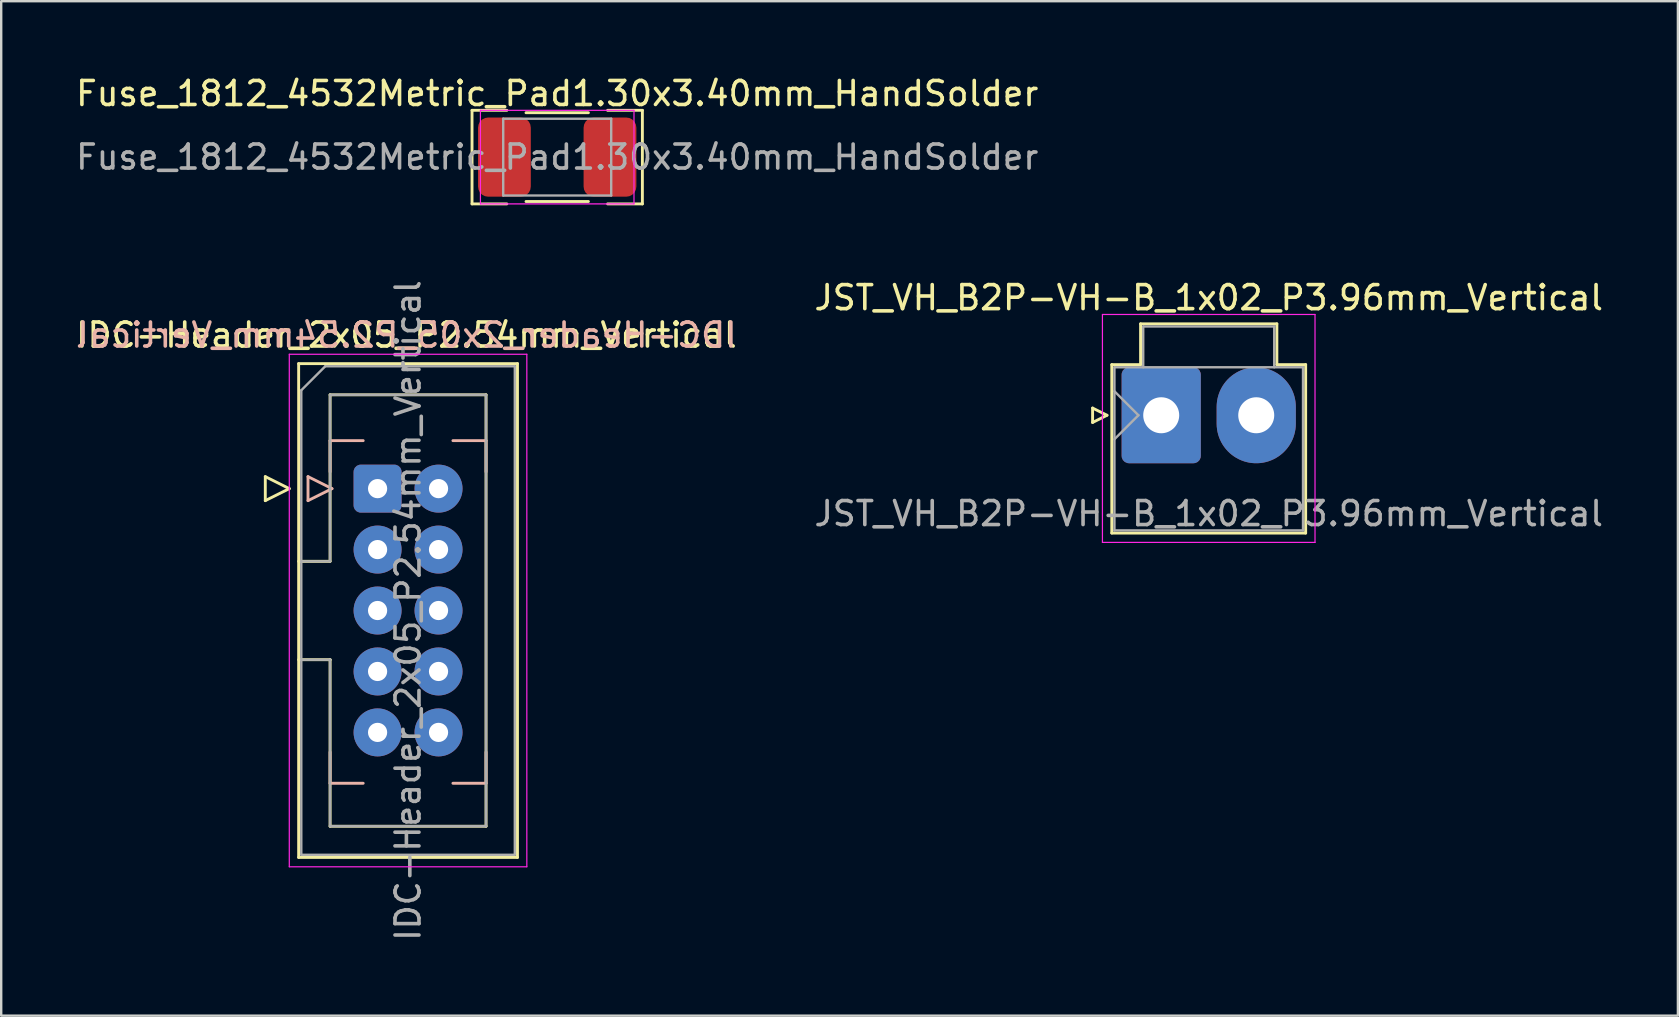
<source format=kicad_pcb>
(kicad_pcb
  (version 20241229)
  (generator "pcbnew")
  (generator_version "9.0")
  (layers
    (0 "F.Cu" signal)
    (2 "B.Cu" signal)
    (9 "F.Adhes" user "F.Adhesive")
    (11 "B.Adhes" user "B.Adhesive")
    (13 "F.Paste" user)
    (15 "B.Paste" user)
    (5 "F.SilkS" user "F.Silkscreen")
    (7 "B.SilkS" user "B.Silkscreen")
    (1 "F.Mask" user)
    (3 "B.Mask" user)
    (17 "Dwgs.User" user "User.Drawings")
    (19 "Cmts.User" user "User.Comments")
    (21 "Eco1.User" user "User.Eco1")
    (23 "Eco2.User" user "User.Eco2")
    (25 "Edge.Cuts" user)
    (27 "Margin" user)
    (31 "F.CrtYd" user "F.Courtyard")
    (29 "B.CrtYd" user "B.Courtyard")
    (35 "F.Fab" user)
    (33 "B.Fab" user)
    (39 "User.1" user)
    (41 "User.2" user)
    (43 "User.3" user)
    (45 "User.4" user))
  (footprint "Fuse_1812_4532Metric_Pad1.30x3.40mm_HandSolder"
    (layer "F.Cu")
    (at 20.173 3.498)
    (property "Reference" "Fuse_1812_4532Metric_Pad1.30x3.40mm_HandSolder" (at 0 -2.65 0) (layer "F.SilkS") (effects (font (size 1 1) (thickness 0.15))))
    (attr smd)
    (fp_line (start -3.55 -1.95) (end -3.55 1.95) (stroke (width 0.12) (type solid)) (layer "F.SilkS"))
    (fp_line (start -3.55 1.95) (end -2.1 1.95) (stroke (width 0.12) (type solid)) (layer "F.SilkS"))
    (fp_line (start -2.1 -1.95) (end -3.55 -1.95) (stroke (width 0.12) (type solid)) (layer "F.SilkS"))
    (fp_line (start -1.3 -1.85) (end 1.3 -1.85) (stroke (width 0.12) (type solid)) (layer "F.SilkS"))
    (fp_line (start -1.3 1.85) (end 1.3 1.85) (stroke (width 0.12) (type solid)) (layer "F.SilkS"))
    (fp_line (start 2.1 1.95) (end 3.55 1.95) (stroke (width 0.12) (type solid)) (layer "F.SilkS"))
    (fp_line (start 3.55 -1.95) (end 2.1 -1.95) (stroke (width 0.12) (type solid)) (layer "F.SilkS"))
    (fp_line (start 3.55 -1.95) (end 3.55 1.95) (stroke (width 0.12) (type solid)) (layer "F.SilkS"))
    (fp_line (start -3.2 -1.95) (end 3.2 -1.95) (stroke (width 0.05) (type solid)) (layer "F.CrtYd"))
    (fp_line (start -3.2 1.95) (end -3.2 -1.95) (stroke (width 0.05) (type solid)) (layer "F.CrtYd"))
    (fp_line (start 3.2 -1.95) (end 3.2 1.95) (stroke (width 0.05) (type solid)) (layer "F.CrtYd"))
    (fp_line (start 3.2 1.95) (end -3.2 1.95) (stroke (width 0.05) (type solid)) (layer "F.CrtYd"))
    (fp_line (start -2.25 -1.6) (end 2.25 -1.6) (stroke (width 0.1) (type solid)) (layer "F.Fab"))
    (fp_line (start -2.25 1.6) (end -2.25 -1.6) (stroke (width 0.1) (type solid)) (layer "F.Fab"))
    (fp_line (start 2.25 -1.6) (end 2.25 1.6) (stroke (width 0.1) (type solid)) (layer "F.Fab"))
    (fp_line (start 2.25 1.6) (end -2.25 1.6) (stroke (width 0.1) (type solid)) (layer "F.Fab"))
    (fp_text user "${REFERENCE}" (at 0 0 0) (layer "F.Fab") (effects (font (size 1 1) (thickness 0.15))))
    (pad "1" smd roundrect (at -2.2 0) (size 2.2 3.3) (layers "F.Cu" "F.Mask" "F.Paste") (roundrect_rratio 0.192))
    (pad "2" smd roundrect (at 2.2 0) (size 2.2 3.3) (layers "F.Cu" "F.Mask" "F.Paste") (roundrect_rratio 0.192)))
  (footprint "IDC-Header_2x05_P2.54mm_Vertical"
    (layer "F.Cu")
    (at 12.687 17.315)
    (property "Reference" "IDC-Header_2x05_P2.54mm_Vertical" (at 1.2 -6.4 0) (layer "F.SilkS") (effects (font (size 1 1) (thickness 0.15))))
    (attr through_hole)
    (fp_line (start -4.68 -0.5) (end -4.68 0.5) (stroke (width 0.12) (type solid)) (layer "F.SilkS"))
    (fp_line (start -4.68 0.5) (end -3.68 0) (stroke (width 0.12) (type solid)) (layer "F.SilkS"))
    (fp_line (start -3.68 0) (end -4.68 -0.5) (stroke (width 0.12) (type solid)) (layer "F.SilkS"))
    (fp_line (start -3.29 -5.21) (end 5.83 -5.21) (stroke (width 0.12) (type solid)) (layer "F.SilkS"))
    (fp_line (start -3.29 3.03) (end -1.98 3.03) (stroke (width 0.12) (type solid)) (layer "F.SilkS"))
    (fp_line (start -3.29 15.37) (end -3.29 -5.21) (stroke (width 0.12) (type solid)) (layer "F.SilkS"))
    (fp_line (start -1.98 -3.91) (end 4.52 -3.91) (stroke (width 0.12) (type solid)) (layer "F.SilkS"))
    (fp_line (start -1.98 3.03) (end -1.98 -3.91) (stroke (width 0.12) (type solid)) (layer "F.SilkS"))
    (fp_line (start -1.98 7.13) (end -3.29 7.13) (stroke (width 0.12) (type solid)) (layer "F.SilkS"))
    (fp_line (start -1.98 7.13) (end -1.98 7.13) (stroke (width 0.12) (type solid)) (layer "F.SilkS"))
    (fp_line (start -1.98 14.07) (end -1.98 7.13) (stroke (width 0.12) (type solid)) (layer "F.SilkS"))
    (fp_line (start 4.52 -3.91) (end 4.52 14.07) (stroke (width 0.12) (type solid)) (layer "F.SilkS"))
    (fp_line (start 4.52 14.07) (end -1.98 14.07) (stroke (width 0.12) (type solid)) (layer "F.SilkS"))
    (fp_line (start 5.83 -5.21) (end 5.83 15.37) (stroke (width 0.12) (type solid)) (layer "F.SilkS"))
    (fp_line (start 5.83 15.37) (end -3.29 15.37) (stroke (width 0.12) (type solid)) (layer "F.SilkS"))
    (fp_line (start -2.9 -0.5) (end -1.9 0) (stroke (width 0.12) (type solid)) (layer "B.SilkS"))
    (fp_line (start -2.9 0.5) (end -2.9 -0.5) (stroke (width 0.12) (type solid)) (layer "B.SilkS"))
    (fp_line (start -1.98 -2) (end -1.98 -0.7) (stroke (width 0.12) (type solid)) (layer "B.SilkS"))
    (fp_line (start -1.98 -2) (end -0.6 -2) (stroke (width 0.12) (type solid)) (layer "B.SilkS"))
    (fp_line (start -1.98 12.28) (end -1.98 10.98) (stroke (width 0.12) (type solid)) (layer "B.SilkS"))
    (fp_line (start -1.98 12.28) (end -0.6 12.28) (stroke (width 0.12) (type solid)) (layer "B.SilkS"))
    (fp_line (start -1.9 0) (end -2.9 0.5) (stroke (width 0.12) (type solid)) (layer "B.SilkS"))
    (fp_line (start 3.14 -2) (end 4.52 -2) (stroke (width 0.12) (type solid)) (layer "B.SilkS"))
    (fp_line (start 3.14 12.28) (end 4.52 12.28) (stroke (width 0.12) (type solid)) (layer "B.SilkS"))
    (fp_line (start 4.52 -2) (end 4.52 -0.7) (stroke (width 0.12) (type solid)) (layer "B.SilkS"))
    (fp_line (start 4.52 12.28) (end 4.52 10.98) (stroke (width 0.12) (type solid)) (layer "B.SilkS"))
    (fp_line (start -3.68 -5.6) (end -3.68 15.76) (stroke (width 0.05) (type solid)) (layer "F.CrtYd"))
    (fp_line (start -3.68 15.76) (end 6.22 15.76) (stroke (width 0.05) (type solid)) (layer "F.CrtYd"))
    (fp_line (start 6.22 -5.6) (end -3.68 -5.6) (stroke (width 0.05) (type solid)) (layer "F.CrtYd"))
    (fp_line (start 6.22 15.76) (end 6.22 -5.6) (stroke (width 0.05) (type solid)) (layer "F.CrtYd"))
    (fp_line (start -3.18 -4.1) (end -2.18 -5.1) (stroke (width 0.1) (type solid)) (layer "F.Fab"))
    (fp_line (start -3.18 3.03) (end -1.98 3.03) (stroke (width 0.1) (type solid)) (layer "F.Fab"))
    (fp_line (start -3.18 15.26) (end -3.18 -4.1) (stroke (width 0.1) (type solid)) (layer "F.Fab"))
    (fp_line (start -2.18 -5.1) (end 5.72 -5.1) (stroke (width 0.1) (type solid)) (layer "F.Fab"))
    (fp_line (start -1.98 -3.91) (end 4.52 -3.91) (stroke (width 0.1) (type solid)) (layer "F.Fab"))
    (fp_line (start -1.98 3.03) (end -1.98 -3.91) (stroke (width 0.1) (type solid)) (layer "F.Fab"))
    (fp_line (start -1.98 7.13) (end -3.18 7.13) (stroke (width 0.1) (type solid)) (layer "F.Fab"))
    (fp_line (start -1.98 7.13) (end -1.98 7.13) (stroke (width 0.1) (type solid)) (layer "F.Fab"))
    (fp_line (start -1.98 14.07) (end -1.98 7.13) (stroke (width 0.1) (type solid)) (layer "F.Fab"))
    (fp_line (start 4.52 -3.91) (end 4.52 14.07) (stroke (width 0.1) (type solid)) (layer "F.Fab"))
    (fp_line (start 4.52 14.07) (end -1.98 14.07) (stroke (width 0.1) (type solid)) (layer "F.Fab"))
    (fp_line (start 5.72 -5.1) (end 5.72 15.26) (stroke (width 0.1) (type solid)) (layer "F.Fab"))
    (fp_line (start 5.72 15.26) (end -3.18 15.26) (stroke (width 0.1) (type solid)) (layer "F.Fab"))
    (fp_text user "${REFERENCE}" (at 1.2 -6.4 0) (layer "B.SilkS") (effects (font (size 1 1) (thickness 0.15)) (justify mirror)))
    (fp_text user "${REFERENCE}" (at 1.27 5.08 90) (layer "F.Fab") (effects (font (size 1 1) (thickness 0.15))))
    (pad "1" thru_hole roundrect (at 0 0) (size 2 2) (drill 0.8) (layers "*.Cu" "*.Mask") (roundrect_rratio 0.15))
    (pad "2" thru_hole circle (at 2.54 0) (size 2 2) (drill 0.8) (layers "*.Cu" "*.Mask"))
    (pad "3" thru_hole circle (at 0 2.54) (size 2 2) (drill 0.8) (layers "*.Cu" "*.Mask"))
    (pad "4" thru_hole circle (at 2.54 2.54) (size 2 2) (drill 0.8) (layers "*.Cu" "*.Mask"))
    (pad "5" thru_hole circle (at 0 5.08) (size 2 2) (drill 0.8) (layers "*.Cu" "*.Mask"))
    (pad "6" thru_hole circle (at 2.54 5.08) (size 2 2) (drill 0.8) (layers "*.Cu" "*.Mask"))
    (pad "7" thru_hole circle (at 0 7.62) (size 2 2) (drill 0.8) (layers "*.Cu" "*.Mask"))
    (pad "8" thru_hole circle (at 2.54 7.62) (size 2 2) (drill 0.8) (layers "*.Cu" "*.Mask"))
    (pad "9" thru_hole circle (at 0 10.16) (size 2 2) (drill 0.8) (layers "*.Cu" "*.Mask"))
    (pad "10" thru_hole circle (at 2.54 10.16) (size 2 2) (drill 0.8) (layers "*.Cu" "*.Mask")))
  (footprint "JST_VH_B2P-VH-B_1x02_P3.96mm_Vertical"
    (layer "F.Cu")
    (at 45.347 14.257)
    (property "Reference" "JST_VH_B2P-VH-B_1x02_P3.96mm_Vertical" (at 1.98 -4.9 0) (layer "F.SilkS") (effects (font (size 1 1) (thickness 0.15))))
    (attr through_hole)
    (fp_line (start -2.86 -0.3) (end -2.26 0) (stroke (width 0.12) (type solid)) (layer "F.SilkS"))
    (fp_line (start -2.86 0.3) (end -2.86 -0.3) (stroke (width 0.12) (type solid)) (layer "F.SilkS"))
    (fp_line (start -2.26 0) (end -2.86 0.3) (stroke (width 0.12) (type solid)) (layer "F.SilkS"))
    (fp_line (start -2.06 -2.11) (end -0.86 -2.11) (stroke (width 0.12) (type solid)) (layer "F.SilkS"))
    (fp_line (start -2.06 4.91) (end -2.06 -2.11) (stroke (width 0.12) (type solid)) (layer "F.SilkS"))
    (fp_line (start -0.86 -3.81) (end 4.82 -3.81) (stroke (width 0.12) (type solid)) (layer "F.SilkS"))
    (fp_line (start -0.86 -2.11) (end -0.86 -3.81) (stroke (width 0.12) (type solid)) (layer "F.SilkS"))
    (fp_line (start 4.82 -3.81) (end 4.82 -2.11) (stroke (width 0.12) (type solid)) (layer "F.SilkS"))
    (fp_line (start 4.82 -2.11) (end 6.02 -2.11) (stroke (width 0.12) (type solid)) (layer "F.SilkS"))
    (fp_line (start 6.02 -2.11) (end 6.02 4.91) (stroke (width 0.12) (type solid)) (layer "F.SilkS"))
    (fp_line (start 6.02 4.91) (end -2.06 4.91) (stroke (width 0.12) (type solid)) (layer "F.SilkS"))
    (fp_line (start -2.45 -4.2) (end -2.45 5.3) (stroke (width 0.05) (type solid)) (layer "F.CrtYd"))
    (fp_line (start -2.45 5.3) (end 6.41 5.3) (stroke (width 0.05) (type solid)) (layer "F.CrtYd"))
    (fp_line (start 6.41 -4.2) (end -2.45 -4.2) (stroke (width 0.05) (type solid)) (layer "F.CrtYd"))
    (fp_line (start 6.41 5.3) (end 6.41 -4.2) (stroke (width 0.05) (type solid)) (layer "F.CrtYd"))
    (fp_line (start -1.95 -2) (end -1.95 4.8) (stroke (width 0.1) (type solid)) (layer "F.Fab"))
    (fp_line (start -1.95 -1) (end -0.95 0) (stroke (width 0.1) (type solid)) (layer "F.Fab"))
    (fp_line (start -1.95 1) (end -0.95 0) (stroke (width 0.1) (type solid)) (layer "F.Fab"))
    (fp_line (start -1.95 4.8) (end 5.91 4.8) (stroke (width 0.1) (type solid)) (layer "F.Fab"))
    (fp_line (start -0.75 -3.7) (end 4.71 -3.7) (stroke (width 0.1) (type solid)) (layer "F.Fab"))
    (fp_line (start -0.75 -2) (end -0.75 -3.7) (stroke (width 0.1) (type solid)) (layer "F.Fab"))
    (fp_line (start 4.71 -3.7) (end 4.71 -2) (stroke (width 0.1) (type solid)) (layer "F.Fab"))
    (fp_line (start 5.91 -2) (end -1.95 -2) (stroke (width 0.1) (type solid)) (layer "F.Fab"))
    (fp_line (start 5.91 4.8) (end 5.91 -2) (stroke (width 0.1) (type solid)) (layer "F.Fab"))
    (fp_text user "${REFERENCE}" (at 1.98 4.1 0) (layer "F.Fab") (effects (font (size 1 1) (thickness 0.15))))
    (pad "1" thru_hole roundrect (at 0 0) (size 3.3 4) (drill 1.5) (layers "*.Cu" "*.Mask") (roundrect_rratio 0.093))
    (pad "2" thru_hole oval (at 3.96 0) (size 3.3 4) (drill 1.5) (layers "*.Cu" "*.Mask")))
  (gr_rect
    (start -3 -3)
    (end 66.881 39.282)
    (stroke (width 0.1) (type default))
    (fill no)
    (layer "Edge.Cuts")))
</source>
